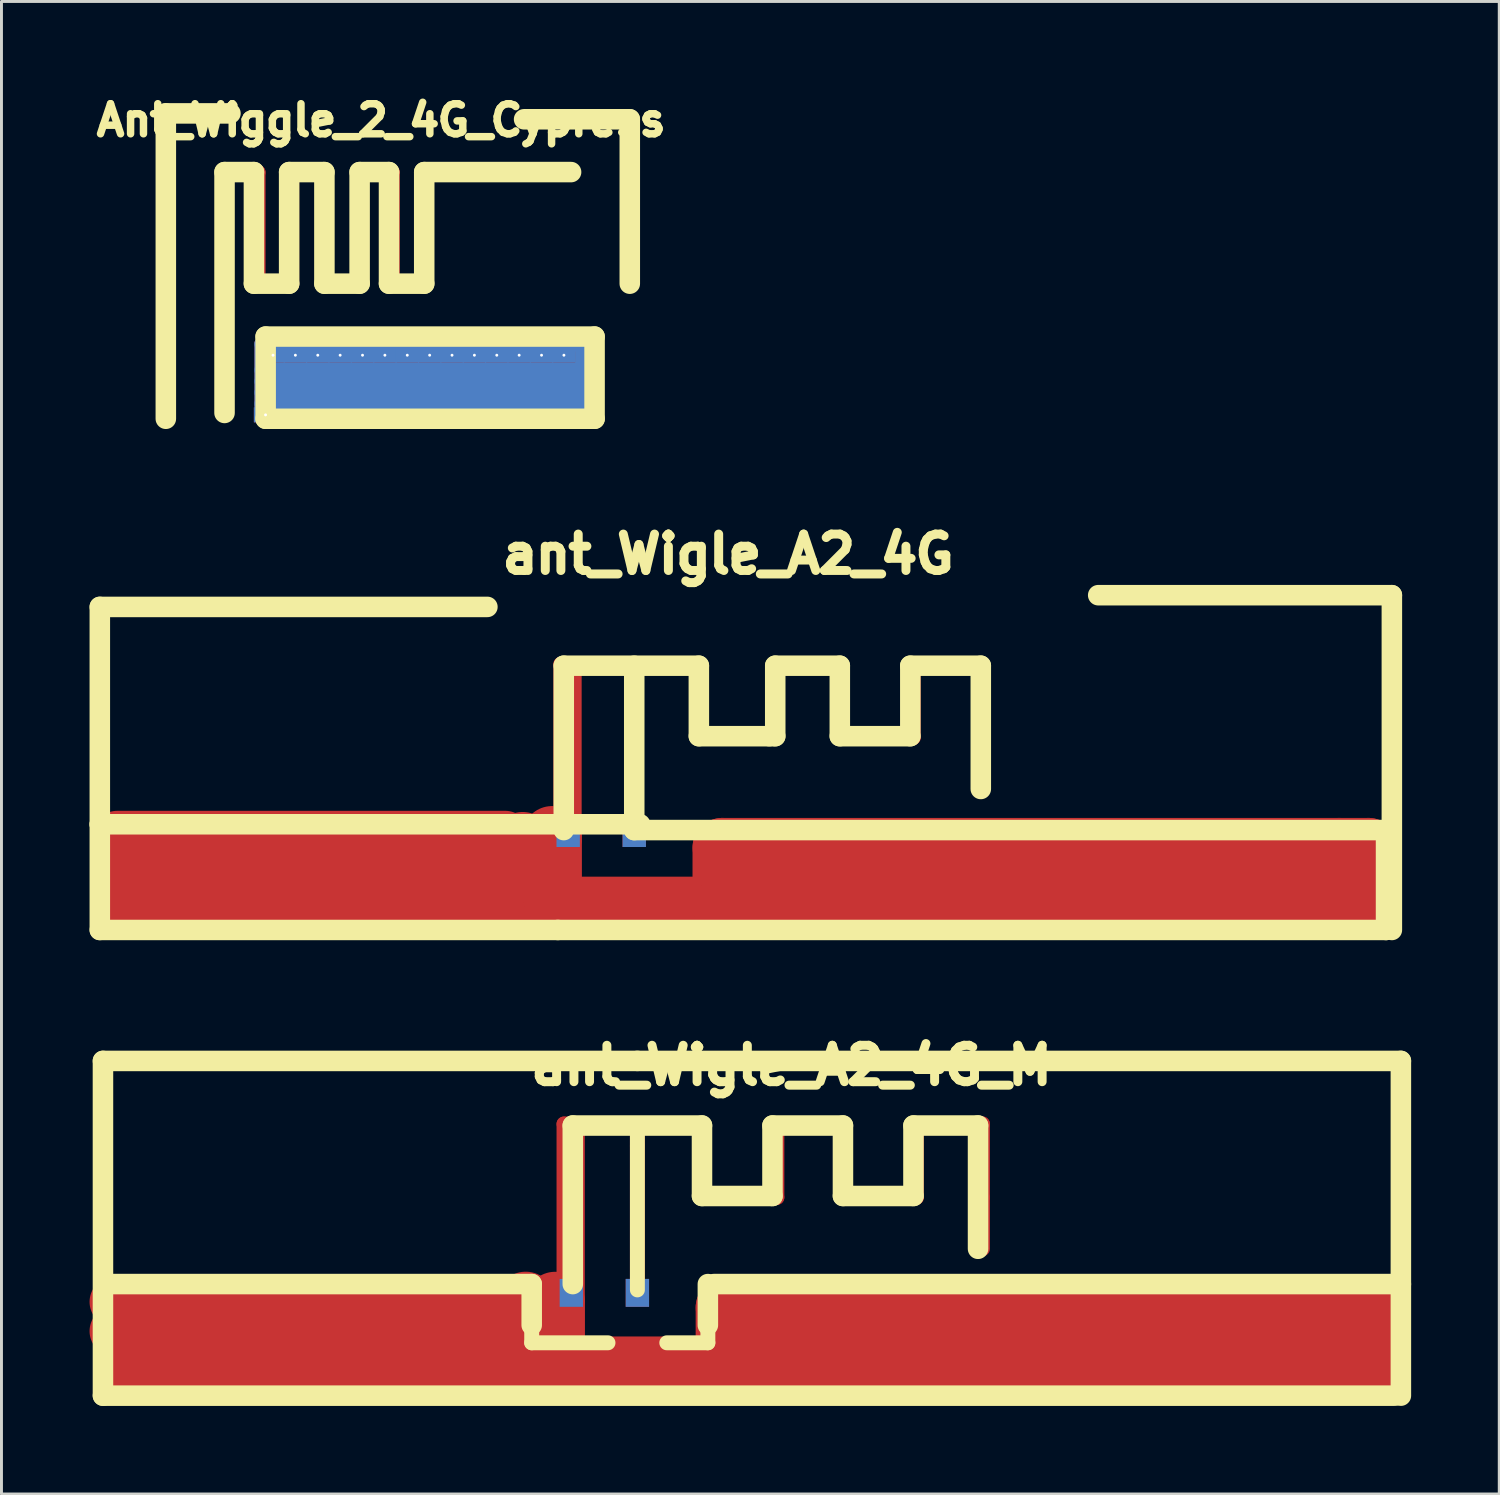
<source format=kicad_pcb>
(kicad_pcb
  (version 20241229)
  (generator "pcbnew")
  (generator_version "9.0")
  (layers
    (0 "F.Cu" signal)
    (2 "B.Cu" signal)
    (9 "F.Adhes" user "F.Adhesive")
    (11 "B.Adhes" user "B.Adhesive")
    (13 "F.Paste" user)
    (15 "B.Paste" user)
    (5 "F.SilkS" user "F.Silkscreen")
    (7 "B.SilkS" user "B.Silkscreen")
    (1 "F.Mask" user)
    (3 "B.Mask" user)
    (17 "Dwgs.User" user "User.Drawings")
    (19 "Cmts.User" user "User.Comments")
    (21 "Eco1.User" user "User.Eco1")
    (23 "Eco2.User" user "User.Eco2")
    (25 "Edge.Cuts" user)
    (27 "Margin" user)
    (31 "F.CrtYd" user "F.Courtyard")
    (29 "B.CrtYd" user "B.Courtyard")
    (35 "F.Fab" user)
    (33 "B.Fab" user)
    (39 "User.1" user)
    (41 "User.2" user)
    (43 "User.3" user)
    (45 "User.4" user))
  (footprint "ant_Wigle_A2_4G_M"
    (layer "F.Cu")
    (at 18.655 40.476)
    (property "Reference" "ant_Wigle_A2_4G_M" (at 5.25 -7.249 0) (layer "F.SilkS") (effects (font (size 1.24 1.24) (thickness 0.305))))
    (attr through_hole)
    (fp_line (start -17.798 0.805) (end -4.199 0.805) (stroke (width 1.714) (type solid)) (layer "F.Cu"))
    (fp_line (start -17.798 1.803) (end -4.199 1.803) (stroke (width 1.714) (type solid)) (layer "F.Cu"))
    (fp_line (start -17.501 0.998) (end -17.501 2.997) (stroke (width 2.032) (type solid)) (layer "F.Cu"))
    (fp_line (start -17.498 3) (end 3.503 3) (stroke (width 2.032) (type solid)) (layer "F.Cu"))
    (fp_line (start -3.802 0.795) (end -3.802 2.794) (stroke (width 2.032) (type solid)) (layer "F.Cu"))
    (fp_line (start -2.802 0.798) (end -2.802 2.797) (stroke (width 2.032) (type solid)) (layer "F.Cu"))
    (fp_line (start -2.499 -5.25) (end -2.499 0) (stroke (width 0.508) (type solid)) (layer "F.Cu"))
    (fp_line (start -2.499 -5.25) (end 2.25 -5.25) (stroke (width 0.508) (type solid)) (layer "F.Cu"))
    (fp_line (start -2.248 -4.999) (end -2.248 0.752) (stroke (width 0.914) (type solid)) (layer "F.Cu"))
    (fp_line (start 0 -4.501) (end 0 -5.25) (stroke (width 0.508) (type solid)) (layer "F.Cu"))
    (fp_line (start 0 0.5) (end 0 -4.501) (stroke (width 0.508) (type solid)) (layer "F.Cu"))
    (fp_line (start 2.25 -5.25) (end 2.25 -2.751) (stroke (width 0.508) (type solid)) (layer "F.Cu"))
    (fp_line (start 2.25 -2.751) (end 4.75 -2.751) (stroke (width 0.508) (type solid)) (layer "F.Cu"))
    (fp_line (start 3 1.001) (end 3 3) (stroke (width 2.032) (type solid)) (layer "F.Cu"))
    (fp_line (start 3.002 1.001) (end 24.003 1.001) (stroke (width 2.032) (type solid)) (layer "F.Cu"))
    (fp_line (start 3.002 3.002) (end 24.003 3.002) (stroke (width 2.032) (type solid)) (layer "F.Cu"))
    (fp_line (start 4.75 -5.25) (end 7 -5.25) (stroke (width 0.508) (type solid)) (layer "F.Cu"))
    (fp_line (start 4.75 -2.751) (end 4.75 -5.25) (stroke (width 0.508) (type solid)) (layer "F.Cu"))
    (fp_line (start 7 -5.253) (end 7 -2.753) (stroke (width 0.508) (type solid)) (layer "F.Cu"))
    (fp_line (start 7.498 -2.753) (end 9.5 -2.753) (stroke (width 0.508) (type solid)) (layer "F.Cu"))
    (fp_line (start 7.498 -2.751) (end 6.998 -2.751) (stroke (width 0.508) (type solid)) (layer "F.Cu"))
    (fp_line (start 9.5 -5.253) (end 11.75 -5.253) (stroke (width 0.508) (type solid)) (layer "F.Cu"))
    (fp_line (start 9.5 -2.751) (end 9.5 -5.25) (stroke (width 0.508) (type solid)) (layer "F.Cu"))
    (fp_line (start 11.75 -5.25) (end 11.75 -2.751) (stroke (width 0.508) (type solid)) (layer "F.Cu"))
    (fp_line (start 11.75 -1.001) (end 11.75 -2.751) (stroke (width 0.508) (type solid)) (layer "F.Cu"))
    (fp_line (start 24 1.001) (end 25.001 1.001) (stroke (width 2.032) (type solid)) (layer "F.Cu"))
    (fp_line (start 25.001 1.001) (end 25.001 3) (stroke (width 2.032) (type solid)) (layer "F.Cu"))
    (fp_line (start 25.001 3) (end 24 3) (stroke (width 2.032) (type solid)) (layer "F.Cu"))
    (fp_line (start -18.199 -7.399) (end 0 -7.399) (stroke (width 0.699) (type solid)) (layer "F.SilkS"))
    (fp_line (start -18.199 4) (end -18.199 -7.399) (stroke (width 0.699) (type solid)) (layer "F.SilkS"))
    (fp_line (start -18.001 0.201) (end -3.599 0.201) (stroke (width 0.699) (type solid)) (layer "F.SilkS"))
    (fp_line (start -3.599 0.201) (end -3.599 1.6) (stroke (width 0.699) (type solid)) (layer "F.SilkS"))
    (fp_line (start -3.599 1.6) (end -3.599 2.2) (stroke (width 0.508) (type solid)) (layer "F.SilkS"))
    (fp_line (start -3.599 2.2) (end -1.001 2.2) (stroke (width 0.508) (type solid)) (layer "F.SilkS"))
    (fp_line (start -2.2 -5.199) (end 2.2 -5.199) (stroke (width 0.699) (type solid)) (layer "F.SilkS"))
    (fp_line (start -2.2 0.201) (end -2.2 -5.199) (stroke (width 0.699) (type solid)) (layer "F.SilkS"))
    (fp_line (start 0 -7.399) (end 25.999 -7.399) (stroke (width 0.699) (type solid)) (layer "F.SilkS"))
    (fp_line (start 0 0.399) (end 0 -5.199) (stroke (width 0.508) (type solid)) (layer "F.SilkS"))
    (fp_line (start 2.2 -5.199) (end 2.2 -2.799) (stroke (width 0.699) (type solid)) (layer "F.SilkS"))
    (fp_line (start 2.2 -2.799) (end 4.6 -2.799) (stroke (width 0.699) (type solid)) (layer "F.SilkS"))
    (fp_line (start 2.4 1.6) (end 2.4 0.201) (stroke (width 0.699) (type solid)) (layer "F.SilkS"))
    (fp_line (start 2.4 1.801) (end 2.4 2.2) (stroke (width 0.508) (type solid)) (layer "F.SilkS"))
    (fp_line (start 2.4 2.2) (end 1.001 2.2) (stroke (width 0.508) (type solid)) (layer "F.SilkS"))
    (fp_line (start 4.6 -5.199) (end 7 -5.199) (stroke (width 0.699) (type solid)) (layer "F.SilkS"))
    (fp_line (start 4.6 -2.799) (end 4.6 -5.199) (stroke (width 0.699) (type solid)) (layer "F.SilkS"))
    (fp_line (start 7 -5.199) (end 7 -2.799) (stroke (width 0.699) (type solid)) (layer "F.SilkS"))
    (fp_line (start 7 -2.799) (end 9.401 -2.799) (stroke (width 0.699) (type solid)) (layer "F.SilkS"))
    (fp_line (start 9.401 -5.199) (end 11.6 -5.199) (stroke (width 0.699) (type solid)) (layer "F.SilkS"))
    (fp_line (start 9.401 -2.799) (end 9.401 -5.199) (stroke (width 0.699) (type solid)) (layer "F.SilkS"))
    (fp_line (start 11.6 -5.199) (end 11.6 -1.001) (stroke (width 0.699) (type solid)) (layer "F.SilkS"))
    (fp_line (start 25.799 4) (end -18.199 4) (stroke (width 0.699) (type solid)) (layer "F.SilkS"))
    (fp_line (start 25.999 -7.399) (end 25.999 4) (stroke (width 0.699) (type solid)) (layer "F.SilkS"))
    (fp_line (start 25.999 0.201) (end 2.601 0.201) (stroke (width 0.699) (type solid)) (layer "F.SilkS"))
    (pad "1" smd rect (at 0 0.5) (size 0.795 0.95) (layers "*.Cu" "*.Paste" "F.Mask"))
    (pad "2" smd rect (at -2.25 0.5) (size 0.795 0.95) (layers "*.Cu" "F.Mask" "F.Paste")))
  (footprint "ant_Wigle_A2_4G"
    (layer "F.Cu")
    (at 18.548 24.818)
    (property "Reference" "ant_Wigle_A2_4G" (at 3.2 -8.999 0) (layer "F.SilkS") (effects (font (size 1.24 1.24) (thickness 0.305))))
    (attr through_hole)
    (fp_line (start -17.6 0.599) (end -4.399 0.599) (stroke (width 1.714) (type solid)) (layer "F.Cu"))
    (fp_line (start -17.6 1.798) (end -4.399 1.798) (stroke (width 1.714) (type solid)) (layer "F.Cu"))
    (fp_line (start -17.501 0.998) (end -17.501 2.997) (stroke (width 2.032) (type solid)) (layer "F.Cu"))
    (fp_line (start -17.498 3) (end 3.503 3) (stroke (width 2.032) (type solid)) (layer "F.Cu"))
    (fp_line (start -3.8 0.798) (end -3.8 2.797) (stroke (width 2.032) (type solid)) (layer "F.Cu"))
    (fp_line (start -2.799 0.597) (end -2.799 2.596) (stroke (width 2.032) (type solid)) (layer "F.Cu"))
    (fp_line (start -2.499 -5.25) (end -2.499 0) (stroke (width 0.508) (type solid)) (layer "F.Cu"))
    (fp_line (start -2.499 -5.25) (end 2.25 -5.25) (stroke (width 0.508) (type solid)) (layer "F.Cu"))
    (fp_line (start -2.248 -4.999) (end -2.248 0.752) (stroke (width 0.914) (type solid)) (layer "F.Cu"))
    (fp_line (start 0 -4.501) (end 0 -5.25) (stroke (width 0.508) (type solid)) (layer "F.Cu"))
    (fp_line (start 0 0.5) (end 0 -4.501) (stroke (width 0.508) (type solid)) (layer "F.Cu"))
    (fp_line (start 2.25 -5.25) (end 2.25 -2.751) (stroke (width 0.508) (type solid)) (layer "F.Cu"))
    (fp_line (start 2.25 -2.751) (end 4.75 -2.751) (stroke (width 0.508) (type solid)) (layer "F.Cu"))
    (fp_line (start 3 1.001) (end 3 3) (stroke (width 2.032) (type solid)) (layer "F.Cu"))
    (fp_line (start 3.002 1.001) (end 24.003 1.001) (stroke (width 2.032) (type solid)) (layer "F.Cu"))
    (fp_line (start 3.002 3.002) (end 24.003 3.002) (stroke (width 2.032) (type solid)) (layer "F.Cu"))
    (fp_line (start 4.75 -5.25) (end 7 -5.25) (stroke (width 0.508) (type solid)) (layer "F.Cu"))
    (fp_line (start 4.75 -2.751) (end 4.75 -5.25) (stroke (width 0.508) (type solid)) (layer "F.Cu"))
    (fp_line (start 7 -5.253) (end 7 -2.753) (stroke (width 0.508) (type solid)) (layer "F.Cu"))
    (fp_line (start 7.498 -2.753) (end 9.5 -2.753) (stroke (width 0.508) (type solid)) (layer "F.Cu"))
    (fp_line (start 7.498 -2.751) (end 6.998 -2.751) (stroke (width 0.508) (type solid)) (layer "F.Cu"))
    (fp_line (start 9.5 -5.253) (end 11.75 -5.253) (stroke (width 0.508) (type solid)) (layer "F.Cu"))
    (fp_line (start 9.5 -2.751) (end 9.5 -5.25) (stroke (width 0.508) (type solid)) (layer "F.Cu"))
    (fp_line (start 11.75 -5.25) (end 11.75 -2.751) (stroke (width 0.508) (type solid)) (layer "F.Cu"))
    (fp_line (start 11.75 -1.001) (end 11.75 -2.751) (stroke (width 0.508) (type solid)) (layer "F.Cu"))
    (fp_line (start 24 1.001) (end 25.001 1.001) (stroke (width 2.032) (type solid)) (layer "F.Cu"))
    (fp_line (start 25.001 1.001) (end 25.001 3) (stroke (width 2.032) (type solid)) (layer "F.Cu"))
    (fp_line (start 25.001 3) (end 24 3) (stroke (width 2.032) (type solid)) (layer "F.Cu"))
    (fp_line (start -18.199 -7.201) (end -5.001 -7.201) (stroke (width 0.699) (type solid)) (layer "F.SilkS"))
    (fp_line (start -18.199 0.201) (end -18.199 -7.201) (stroke (width 0.699) (type solid)) (layer "F.SilkS"))
    (fp_line (start -18.199 0.201) (end 0.201 0.201) (stroke (width 0.699) (type solid)) (layer "F.SilkS"))
    (fp_line (start -18.199 3.8) (end -18.199 0.201) (stroke (width 0.699) (type solid)) (layer "F.SilkS"))
    (fp_line (start -2.601 3.8) (end -18.199 3.8) (stroke (width 0.699) (type solid)) (layer "F.SilkS"))
    (fp_line (start -2.4 -5.199) (end 2.2 -5.199) (stroke (width 0.699) (type solid)) (layer "F.SilkS"))
    (fp_line (start -2.4 0.399) (end -2.4 -5.199) (stroke (width 0.699) (type solid)) (layer "F.SilkS"))
    (fp_line (start 0 0.399) (end 0 -5.199) (stroke (width 0.699) (type solid)) (layer "F.SilkS"))
    (fp_line (start 0 0.399) (end 25.601 0.399) (stroke (width 0.699) (type solid)) (layer "F.SilkS"))
    (fp_line (start 2.2 -5.199) (end 2.2 -2.799) (stroke (width 0.699) (type solid)) (layer "F.SilkS"))
    (fp_line (start 2.2 -2.799) (end 4.6 -2.799) (stroke (width 0.699) (type solid)) (layer "F.SilkS"))
    (fp_line (start 4.6 -2.799) (end 4.801 -2.799) (stroke (width 0.699) (type solid)) (layer "F.SilkS"))
    (fp_line (start 4.801 -5.199) (end 7 -5.199) (stroke (width 0.699) (type solid)) (layer "F.SilkS"))
    (fp_line (start 4.801 -2.799) (end 4.801 -5.199) (stroke (width 0.699) (type solid)) (layer "F.SilkS"))
    (fp_line (start 7 -5.199) (end 7 -2.799) (stroke (width 0.699) (type solid)) (layer "F.SilkS"))
    (fp_line (start 7 -2.799) (end 9.401 -2.799) (stroke (width 0.699) (type solid)) (layer "F.SilkS"))
    (fp_line (start 9.401 -5.199) (end 11.801 -5.199) (stroke (width 0.699) (type solid)) (layer "F.SilkS"))
    (fp_line (start 9.401 -2.799) (end 9.401 -5.199) (stroke (width 0.699) (type solid)) (layer "F.SilkS"))
    (fp_line (start 11.801 -5.199) (end 11.801 -1.001) (stroke (width 0.699) (type solid)) (layer "F.SilkS"))
    (fp_line (start 15.799 -7.6) (end 25.799 -7.6) (stroke (width 0.699) (type solid)) (layer "F.SilkS"))
    (fp_line (start 25.601 0.399) (end 25.601 3.8) (stroke (width 0.699) (type solid)) (layer "F.SilkS"))
    (fp_line (start 25.601 3.8) (end -2.601 3.8) (stroke (width 0.699) (type solid)) (layer "F.SilkS"))
    (fp_line (start 25.799 -7.6) (end 25.799 3.8) (stroke (width 0.699) (type solid)) (layer "F.SilkS"))
    (pad "1" smd rect (at 0 0.5) (size 0.795 0.95) (layers "*.Cu" "F.Mask" "F.Paste"))
    (pad "2" smd rect (at -2.25 0.5) (size 0.795 0.95) (layers "*.Cu" "F.Mask" "F.Paste")))
  (footprint "Ant_Wiggle_2_4G_Cypress"
    (layer "F.Cu")
    (at 4.596 8.411)
    (property "Reference" "Ant_Wiggle_2_4G_Cypress" (at 5.334 -7.366 0) (layer "F.SilkS") (effects (font (size 1.024 1.024) (thickness 0.254))))
    (attr through_hole)
    (fp_line (start 0 -5.588) (end 0 -1.778) (stroke (width 0.508) (type solid)) (layer "F.Cu"))
    (fp_line (start 0 -5.588) (end 1.143 -5.588) (stroke (width 0.508) (type solid)) (layer "F.Cu"))
    (fp_line (start 0 -1.778) (end 0 0) (stroke (width 0.508) (type solid)) (layer "F.Cu"))
    (fp_line (start 0 0) (end 0 2.54) (stroke (width 0.508) (type solid)) (layer "F.Cu"))
    (fp_line (start 1.143 -5.588) (end 1.143 -1.778) (stroke (width 0.508) (type solid)) (layer "F.Cu"))
    (fp_line (start 1.143 -1.778) (end 2.286 -1.778) (stroke (width 0.508) (type solid)) (layer "F.Cu"))
    (fp_line (start 1.27 0.254) (end 1.27 2.54) (stroke (width 0.508) (type solid)) (layer "F.Cu"))
    (fp_line (start 1.27 0.254) (end 12.192 0.254) (stroke (width 0.508) (type solid)) (layer "F.Cu"))
    (fp_line (start 1.27 1.143) (end 12.192 1.143) (stroke (width 0.508) (type solid)) (layer "F.Cu"))
    (fp_line (start 1.27 1.524) (end 12.192 1.524) (stroke (width 0.508) (type solid)) (layer "F.Cu"))
    (fp_line (start 1.27 1.905) (end 12.192 1.905) (stroke (width 0.508) (type solid)) (layer "F.Cu"))
    (fp_line (start 1.27 2.286) (end 12.192 2.286) (stroke (width 0.508) (type solid)) (layer "F.Cu"))
    (fp_line (start 1.27 2.667) (end 12.192 2.667) (stroke (width 0.508) (type solid)) (layer "F.Cu"))
    (fp_line (start 2.286 -5.588) (end 3.429 -5.588) (stroke (width 0.508) (type solid)) (layer "F.Cu"))
    (fp_line (start 2.286 -1.778) (end 2.286 -5.588) (stroke (width 0.508) (type solid)) (layer "F.Cu"))
    (fp_line (start 3.429 -5.588) (end 3.429 -1.778) (stroke (width 0.508) (type solid)) (layer "F.Cu"))
    (fp_line (start 3.429 -1.778) (end 4.572 -1.778) (stroke (width 0.508) (type solid)) (layer "F.Cu"))
    (fp_line (start 4.572 -5.588) (end 5.715 -5.588) (stroke (width 0.508) (type solid)) (layer "F.Cu"))
    (fp_line (start 4.572 -1.778) (end 4.572 -5.588) (stroke (width 0.508) (type solid)) (layer "F.Cu"))
    (fp_line (start 5.715 -5.588) (end 5.715 -1.778) (stroke (width 0.508) (type solid)) (layer "F.Cu"))
    (fp_line (start 5.715 -1.778) (end 6.858 -1.778) (stroke (width 0.508) (type solid)) (layer "F.Cu"))
    (fp_line (start 6.858 -5.588) (end 11.684 -5.588) (stroke (width 0.508) (type solid)) (layer "F.Cu"))
    (fp_line (start 6.858 -1.778) (end 6.858 -5.588) (stroke (width 0.508) (type solid)) (layer "F.Cu"))
    (fp_line (start 12.192 0.254) (end 12.192 2.54) (stroke (width 0.508) (type solid)) (layer "F.Cu"))
    (fp_line (start 1.27 0.254) (end 12.192 0.254) (stroke (width 0.508) (type solid)) (layer "B.Cu"))
    (fp_line (start 1.27 1.143) (end 12.192 1.143) (stroke (width 0.508) (type solid)) (layer "B.Cu"))
    (fp_line (start 1.27 1.524) (end 12.192 1.524) (stroke (width 0.508) (type solid)) (layer "B.Cu"))
    (fp_line (start 1.27 1.905) (end 12.192 1.905) (stroke (width 0.508) (type solid)) (layer "B.Cu"))
    (fp_line (start 1.27 2.286) (end 12.192 2.286) (stroke (width 0.508) (type solid)) (layer "B.Cu"))
    (fp_line (start 1.27 2.667) (end 1.27 0.254) (stroke (width 0.508) (type solid)) (layer "B.Cu"))
    (fp_line (start 1.27 2.667) (end 12.192 2.667) (stroke (width 0.508) (type solid)) (layer "B.Cu"))
    (fp_line (start 12.192 2.667) (end 12.192 0.254) (stroke (width 0.508) (type solid)) (layer "B.Cu"))
    (fp_line (start -1.999 -7.6) (end -1.999 2.799) (stroke (width 0.699) (type solid)) (layer "F.SilkS"))
    (fp_line (start 0 -5.601) (end 1.001 -5.601) (stroke (width 0.699) (type solid)) (layer "F.SilkS"))
    (fp_line (start 0 2.601) (end 0 -5.601) (stroke (width 0.699) (type solid)) (layer "F.SilkS"))
    (fp_line (start 0.201 -7.6) (end -1.999 -7.6) (stroke (width 0.699) (type solid)) (layer "F.SilkS"))
    (fp_line (start 1.001 -5.601) (end 1.001 -1.801) (stroke (width 0.699) (type solid)) (layer "F.SilkS"))
    (fp_line (start 1.001 -1.801) (end 2.2 -1.801) (stroke (width 0.699) (type solid)) (layer "F.SilkS"))
    (fp_line (start 1.4 0) (end 12.601 0) (stroke (width 0.699) (type solid)) (layer "F.SilkS"))
    (fp_line (start 1.4 2.799) (end 1.4 0) (stroke (width 0.699) (type solid)) (layer "F.SilkS"))
    (fp_line (start 2.2 -5.601) (end 3.401 -5.601) (stroke (width 0.699) (type solid)) (layer "F.SilkS"))
    (fp_line (start 2.2 -1.801) (end 2.2 -5.601) (stroke (width 0.699) (type solid)) (layer "F.SilkS"))
    (fp_line (start 3.401 -5.601) (end 3.401 -1.801) (stroke (width 0.699) (type solid)) (layer "F.SilkS"))
    (fp_line (start 3.401 -1.801) (end 4.6 -1.801) (stroke (width 0.699) (type solid)) (layer "F.SilkS"))
    (fp_line (start 4.6 -5.601) (end 5.601 -5.601) (stroke (width 0.699) (type solid)) (layer "F.SilkS"))
    (fp_line (start 4.6 -1.801) (end 4.6 -5.601) (stroke (width 0.699) (type solid)) (layer "F.SilkS"))
    (fp_line (start 5.601 -5.601) (end 5.601 -1.801) (stroke (width 0.699) (type solid)) (layer "F.SilkS"))
    (fp_line (start 5.601 -1.801) (end 6.8 -1.801) (stroke (width 0.699) (type solid)) (layer "F.SilkS"))
    (fp_line (start 6.8 -5.601) (end 11.801 -5.601) (stroke (width 0.699) (type solid)) (layer "F.SilkS"))
    (fp_line (start 6.8 -1.801) (end 6.8 -5.601) (stroke (width 0.699) (type solid)) (layer "F.SilkS"))
    (fp_line (start 12.601 0) (end 12.601 2.799) (stroke (width 0.699) (type solid)) (layer "F.SilkS"))
    (fp_line (start 12.601 2.799) (end 1.4 2.799) (stroke (width 0.699) (type solid)) (layer "F.SilkS"))
    (fp_line (start 13.8 -7.399) (end 10.201 -7.399) (stroke (width 0.699) (type solid)) (layer "F.SilkS"))
    (fp_line (start 13.8 -1.801) (end 13.8 -7.399) (stroke (width 0.699) (type solid)) (layer "F.SilkS"))
    (pad "" thru_hole rect (at 1.397 2.667) (size 0.795 0.511) (drill 0.099) (layers "*.Cu"))
    (pad "" thru_hole rect (at 1.651 0.635) (size 0.795 0.511) (drill 0.099) (layers "*.Cu"))
    (pad "" thru_hole rect (at 2.413 0.635) (size 0.795 0.511) (drill 0.099) (layers "*.Cu"))
    (pad "" thru_hole rect (at 3.175 0.635) (size 0.795 0.511) (drill 0.099) (layers "*.Cu"))
    (pad "" thru_hole rect (at 3.937 0.635) (size 0.795 0.511) (drill 0.099) (layers "*.Cu"))
    (pad "" thru_hole rect (at 4.699 0.635) (size 0.795 0.511) (drill 0.099) (layers "*.Cu"))
    (pad "" thru_hole rect (at 5.461 0.635) (size 0.795 0.511) (drill 0.099) (layers "*.Cu"))
    (pad "" thru_hole rect (at 6.223 0.635) (size 0.795 0.511) (drill 0.099) (layers "*.Cu"))
    (pad "" thru_hole rect (at 6.985 0.635) (size 0.795 0.511) (drill 0.099) (layers "*.Cu"))
    (pad "" thru_hole rect (at 7.747 0.635) (size 0.795 0.511) (drill 0.099) (layers "*.Cu"))
    (pad "" thru_hole rect (at 8.509 0.635) (size 0.795 0.511) (drill 0.099) (layers "*.Cu"))
    (pad "" thru_hole rect (at 9.271 0.635) (size 0.795 0.511) (drill 0.099) (layers "*.Cu"))
    (pad "" thru_hole rect (at 10.033 0.635) (size 0.795 0.511) (drill 0.099) (layers "*.Cu"))
    (pad "" thru_hole rect (at 10.795 0.635) (size 0.795 0.511) (drill 0.099) (layers "*.Cu"))
    (pad "" thru_hole rect (at 11.557 0.635) (size 0.795 0.511) (drill 0.099) (layers "*.Cu"))
    (pad "" thru_hole rect (at 11.684 -5.588) (size 0.511 0.511) (drill 0.000001) (layers "F.Cu"))
    (pad "1" thru_hole rect (at 0 2.54) (size 0.511 0.511) (drill 0.000001) (layers "F.Cu")))
  (gr_rect
    (start -3 -3)
    (end 48.004 47.826)
    (stroke (width 0.1) (type default))
    (fill no)
    (layer "Edge.Cuts")))
</source>
